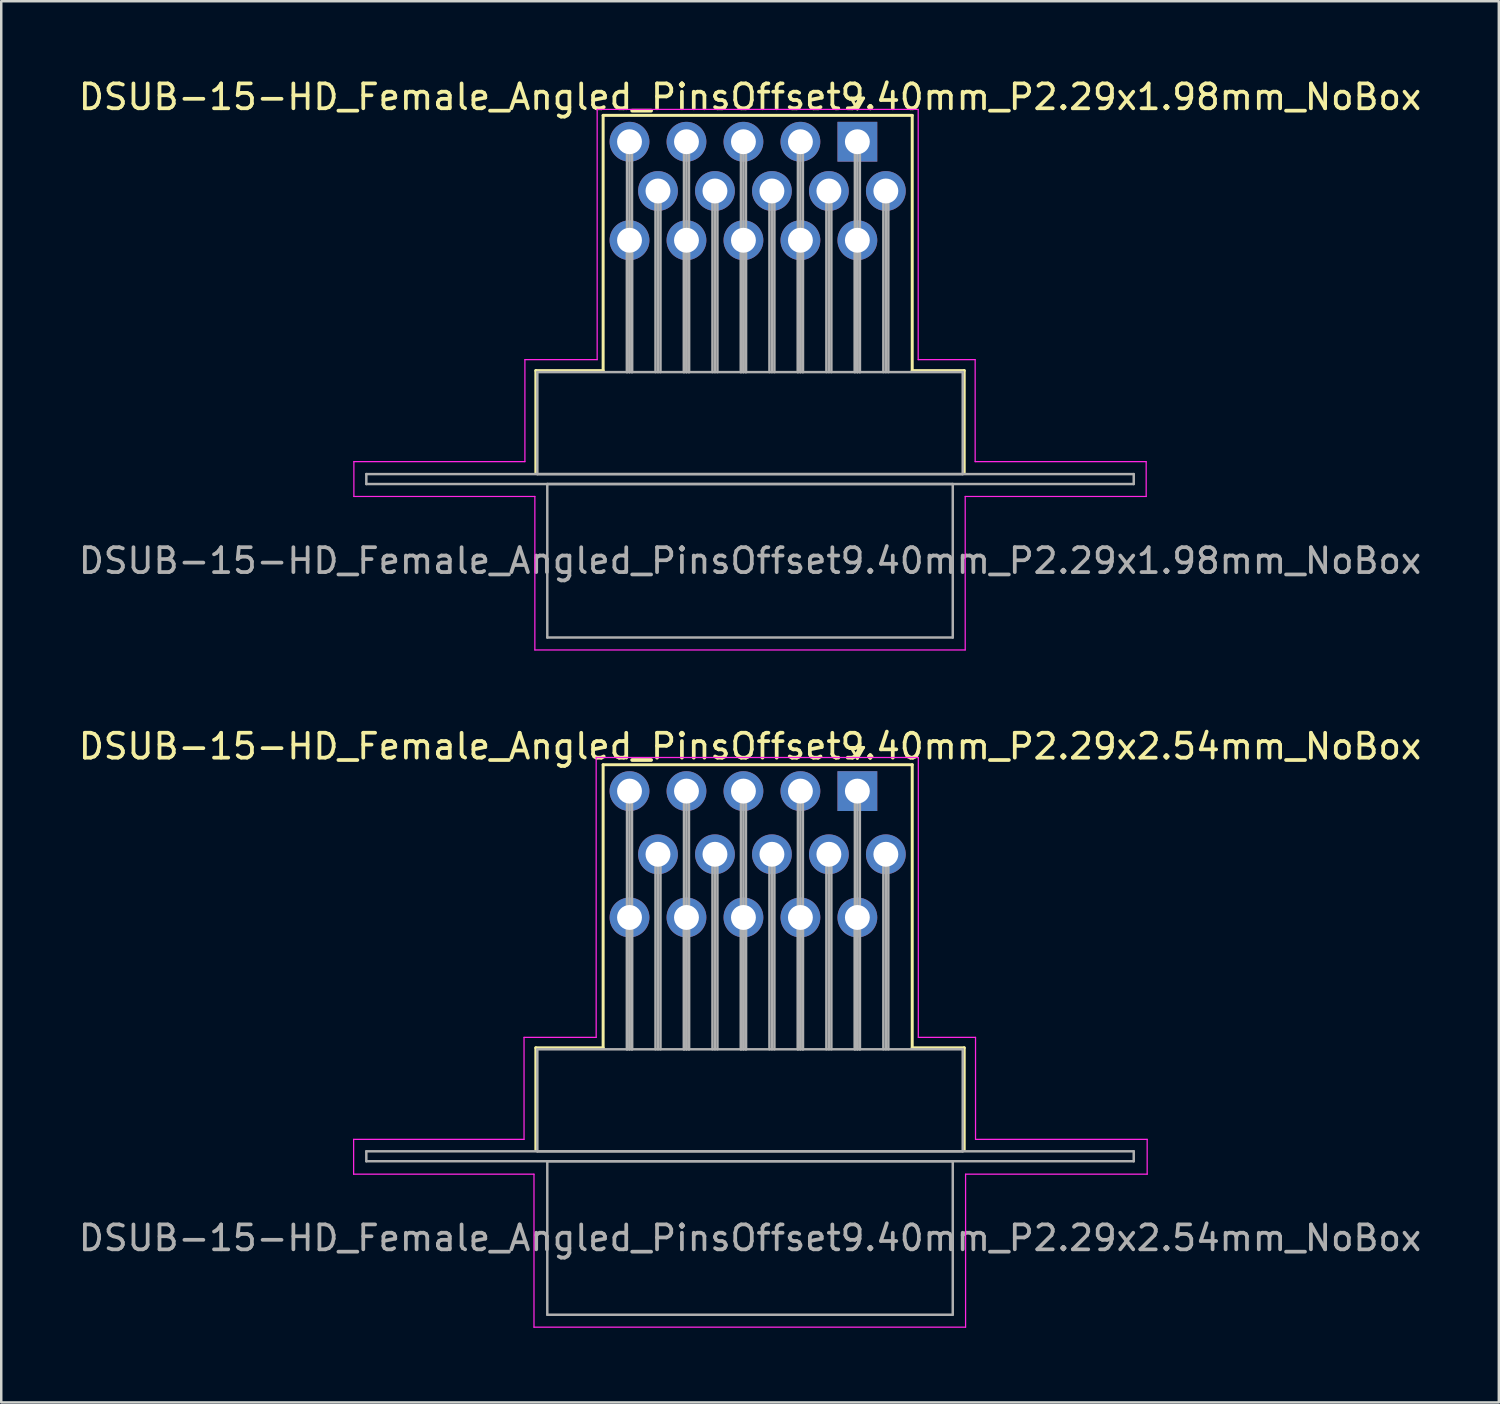
<source format=kicad_pcb>
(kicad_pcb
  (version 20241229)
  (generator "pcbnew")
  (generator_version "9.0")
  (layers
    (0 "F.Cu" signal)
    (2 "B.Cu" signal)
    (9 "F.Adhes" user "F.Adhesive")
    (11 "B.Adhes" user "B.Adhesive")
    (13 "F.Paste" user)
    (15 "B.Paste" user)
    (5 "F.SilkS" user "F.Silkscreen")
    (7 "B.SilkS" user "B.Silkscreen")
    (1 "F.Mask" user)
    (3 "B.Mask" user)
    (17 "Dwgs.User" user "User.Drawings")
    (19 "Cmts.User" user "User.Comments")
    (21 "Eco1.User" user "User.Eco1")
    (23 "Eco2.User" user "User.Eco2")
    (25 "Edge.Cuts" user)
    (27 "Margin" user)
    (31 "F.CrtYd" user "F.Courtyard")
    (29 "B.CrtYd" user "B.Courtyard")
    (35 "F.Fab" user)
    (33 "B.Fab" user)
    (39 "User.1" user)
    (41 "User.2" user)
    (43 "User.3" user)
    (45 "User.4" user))
  (footprint "DSUB-15-HD_Female_Angled_PinsOffset9.40mm_P2.29x1.98mm_NoBox"
    (layer "F.Cu")
    (at 31.416 2.648)
    (property "Reference" "DSUB-15-HD_Female_Angled_PinsOffset9.40mm_P2.29x1.98mm_NoBox" (at -4.315 -1.8 0) (layer "F.SilkS") (effects (font (size 1 1) (thickness 0.15))))
    (attr through_hole)
    (fp_line (start -12.925 9.2) (end -10.22 9.2) (stroke (width 0.12) (type solid)) (layer "F.SilkS"))
    (fp_line (start -12.925 13.3) (end -12.925 9.2) (stroke (width 0.12) (type solid)) (layer "F.SilkS"))
    (fp_line (start -10.22 -1.06) (end 2.205 -1.06) (stroke (width 0.12) (type solid)) (layer "F.SilkS"))
    (fp_line (start -10.22 9.2) (end -10.22 -1.06) (stroke (width 0.12) (type solid)) (layer "F.SilkS"))
    (fp_line (start -0.25 -1.754) (end 0.25 -1.754) (stroke (width 0.12) (type solid)) (layer "F.SilkS"))
    (fp_line (start 0 -1.321) (end -0.25 -1.754) (stroke (width 0.12) (type solid)) (layer "F.SilkS"))
    (fp_line (start 0.25 -1.754) (end 0 -1.321) (stroke (width 0.12) (type solid)) (layer "F.SilkS"))
    (fp_line (start 2.205 -1.06) (end 2.205 9.2) (stroke (width 0.12) (type solid)) (layer "F.SilkS"))
    (fp_line (start 2.205 9.2) (end 4.295 9.2) (stroke (width 0.12) (type solid)) (layer "F.SilkS"))
    (fp_line (start 4.295 9.2) (end 4.295 13.3) (stroke (width 0.12) (type solid)) (layer "F.SilkS"))
    (fp_line (start -20.24 12.86) (end -13.365 12.86) (stroke (width 0.05) (type solid)) (layer "F.CrtYd"))
    (fp_line (start -20.24 14.26) (end -20.24 12.86) (stroke (width 0.05) (type solid)) (layer "F.CrtYd"))
    (fp_line (start -13.365 8.76) (end -10.46 8.76) (stroke (width 0.05) (type solid)) (layer "F.CrtYd"))
    (fp_line (start -13.365 12.86) (end -13.365 8.76) (stroke (width 0.05) (type solid)) (layer "F.CrtYd"))
    (fp_line (start -12.965 14.26) (end -20.24 14.26) (stroke (width 0.05) (type solid)) (layer "F.CrtYd"))
    (fp_line (start -12.965 20.43) (end -12.965 14.26) (stroke (width 0.05) (type solid)) (layer "F.CrtYd"))
    (fp_line (start -10.46 -1.3) (end 2.445 -1.3) (stroke (width 0.05) (type solid)) (layer "F.CrtYd"))
    (fp_line (start -10.46 8.76) (end -10.46 -1.3) (stroke (width 0.05) (type solid)) (layer "F.CrtYd"))
    (fp_line (start 2.445 -1.3) (end 2.445 8.76) (stroke (width 0.05) (type solid)) (layer "F.CrtYd"))
    (fp_line (start 2.445 8.76) (end 4.735 8.76) (stroke (width 0.05) (type solid)) (layer "F.CrtYd"))
    (fp_line (start 4.335 14.26) (end 4.335 20.43) (stroke (width 0.05) (type solid)) (layer "F.CrtYd"))
    (fp_line (start 4.335 20.43) (end -12.965 20.43) (stroke (width 0.05) (type solid)) (layer "F.CrtYd"))
    (fp_line (start 4.735 8.76) (end 4.735 12.86) (stroke (width 0.05) (type solid)) (layer "F.CrtYd"))
    (fp_line (start 4.735 12.86) (end 11.61 12.86) (stroke (width 0.05) (type solid)) (layer "F.CrtYd"))
    (fp_line (start 11.61 12.86) (end 11.61 14.26) (stroke (width 0.05) (type solid)) (layer "F.CrtYd"))
    (fp_line (start 11.61 14.26) (end 4.335 14.26) (stroke (width 0.05) (type solid)) (layer "F.CrtYd"))
    (fp_line (start -19.74 13.36) (end -19.74 13.76) (stroke (width 0.1) (type solid)) (layer "F.Fab"))
    (fp_line (start -19.74 13.76) (end 11.11 13.76) (stroke (width 0.1) (type solid)) (layer "F.Fab"))
    (fp_line (start -12.865 9.26) (end -12.865 13.36) (stroke (width 0.1) (type solid)) (layer "F.Fab"))
    (fp_line (start -12.865 13.36) (end 4.235 13.36) (stroke (width 0.1) (type solid)) (layer "F.Fab"))
    (fp_line (start -12.465 13.76) (end -12.465 19.93) (stroke (width 0.1) (type solid)) (layer "F.Fab"))
    (fp_line (start -12.465 19.93) (end 3.835 19.93) (stroke (width 0.1) (type solid)) (layer "F.Fab"))
    (fp_line (start -9.26 0) (end -9.26 9.26) (stroke (width 0.1) (type solid)) (layer "F.Fab"))
    (fp_line (start -9.26 3.96) (end -9.26 9.26) (stroke (width 0.1) (type solid)) (layer "F.Fab"))
    (fp_line (start -9.16 0) (end -9.16 9.26) (stroke (width 0.1) (type solid)) (layer "F.Fab"))
    (fp_line (start -9.16 3.96) (end -9.16 9.26) (stroke (width 0.1) (type solid)) (layer "F.Fab"))
    (fp_line (start -9.06 0) (end -9.06 9.26) (stroke (width 0.1) (type solid)) (layer "F.Fab"))
    (fp_line (start -9.06 3.96) (end -9.06 9.26) (stroke (width 0.1) (type solid)) (layer "F.Fab"))
    (fp_line (start -8.115 1.98) (end -8.115 9.26) (stroke (width 0.1) (type solid)) (layer "F.Fab"))
    (fp_line (start -8.015 1.98) (end -8.015 9.26) (stroke (width 0.1) (type solid)) (layer "F.Fab"))
    (fp_line (start -7.915 1.98) (end -7.915 9.26) (stroke (width 0.1) (type solid)) (layer "F.Fab"))
    (fp_line (start -6.97 0) (end -6.97 9.26) (stroke (width 0.1) (type solid)) (layer "F.Fab"))
    (fp_line (start -6.97 3.96) (end -6.97 9.26) (stroke (width 0.1) (type solid)) (layer "F.Fab"))
    (fp_line (start -6.87 0) (end -6.87 9.26) (stroke (width 0.1) (type solid)) (layer "F.Fab"))
    (fp_line (start -6.87 3.96) (end -6.87 9.26) (stroke (width 0.1) (type solid)) (layer "F.Fab"))
    (fp_line (start -6.77 0) (end -6.77 9.26) (stroke (width 0.1) (type solid)) (layer "F.Fab"))
    (fp_line (start -6.77 3.96) (end -6.77 9.26) (stroke (width 0.1) (type solid)) (layer "F.Fab"))
    (fp_line (start -5.825 1.98) (end -5.825 9.26) (stroke (width 0.1) (type solid)) (layer "F.Fab"))
    (fp_line (start -5.725 1.98) (end -5.725 9.26) (stroke (width 0.1) (type solid)) (layer "F.Fab"))
    (fp_line (start -5.625 1.98) (end -5.625 9.26) (stroke (width 0.1) (type solid)) (layer "F.Fab"))
    (fp_line (start -4.68 0) (end -4.68 9.26) (stroke (width 0.1) (type solid)) (layer "F.Fab"))
    (fp_line (start -4.68 3.96) (end -4.68 9.26) (stroke (width 0.1) (type solid)) (layer "F.Fab"))
    (fp_line (start -4.58 0) (end -4.58 9.26) (stroke (width 0.1) (type solid)) (layer "F.Fab"))
    (fp_line (start -4.58 3.96) (end -4.58 9.26) (stroke (width 0.1) (type solid)) (layer "F.Fab"))
    (fp_line (start -4.48 0) (end -4.48 9.26) (stroke (width 0.1) (type solid)) (layer "F.Fab"))
    (fp_line (start -4.48 3.96) (end -4.48 9.26) (stroke (width 0.1) (type solid)) (layer "F.Fab"))
    (fp_line (start -3.535 1.98) (end -3.535 9.26) (stroke (width 0.1) (type solid)) (layer "F.Fab"))
    (fp_line (start -3.435 1.98) (end -3.435 9.26) (stroke (width 0.1) (type solid)) (layer "F.Fab"))
    (fp_line (start -3.335 1.98) (end -3.335 9.26) (stroke (width 0.1) (type solid)) (layer "F.Fab"))
    (fp_line (start -2.39 0) (end -2.39 9.26) (stroke (width 0.1) (type solid)) (layer "F.Fab"))
    (fp_line (start -2.39 3.96) (end -2.39 9.26) (stroke (width 0.1) (type solid)) (layer "F.Fab"))
    (fp_line (start -2.29 0) (end -2.29 9.26) (stroke (width 0.1) (type solid)) (layer "F.Fab"))
    (fp_line (start -2.29 3.96) (end -2.29 9.26) (stroke (width 0.1) (type solid)) (layer "F.Fab"))
    (fp_line (start -2.19 0) (end -2.19 9.26) (stroke (width 0.1) (type solid)) (layer "F.Fab"))
    (fp_line (start -2.19 3.96) (end -2.19 9.26) (stroke (width 0.1) (type solid)) (layer "F.Fab"))
    (fp_line (start -1.245 1.98) (end -1.245 9.26) (stroke (width 0.1) (type solid)) (layer "F.Fab"))
    (fp_line (start -1.145 1.98) (end -1.145 9.26) (stroke (width 0.1) (type solid)) (layer "F.Fab"))
    (fp_line (start -1.045 1.98) (end -1.045 9.26) (stroke (width 0.1) (type solid)) (layer "F.Fab"))
    (fp_line (start -0.1 0) (end -0.1 9.26) (stroke (width 0.1) (type solid)) (layer "F.Fab"))
    (fp_line (start -0.1 3.96) (end -0.1 9.26) (stroke (width 0.1) (type solid)) (layer "F.Fab"))
    (fp_line (start 0 0) (end 0 9.26) (stroke (width 0.1) (type solid)) (layer "F.Fab"))
    (fp_line (start 0 3.96) (end 0 9.26) (stroke (width 0.1) (type solid)) (layer "F.Fab"))
    (fp_line (start 0.1 0) (end 0.1 9.26) (stroke (width 0.1) (type solid)) (layer "F.Fab"))
    (fp_line (start 0.1 3.96) (end 0.1 9.26) (stroke (width 0.1) (type solid)) (layer "F.Fab"))
    (fp_line (start 1.045 1.98) (end 1.045 9.26) (stroke (width 0.1) (type solid)) (layer "F.Fab"))
    (fp_line (start 1.145 1.98) (end 1.145 9.26) (stroke (width 0.1) (type solid)) (layer "F.Fab"))
    (fp_line (start 1.245 1.98) (end 1.245 9.26) (stroke (width 0.1) (type solid)) (layer "F.Fab"))
    (fp_line (start 3.835 13.76) (end -12.465 13.76) (stroke (width 0.1) (type solid)) (layer "F.Fab"))
    (fp_line (start 3.835 19.93) (end 3.835 13.76) (stroke (width 0.1) (type solid)) (layer "F.Fab"))
    (fp_line (start 4.235 9.26) (end -12.865 9.26) (stroke (width 0.1) (type solid)) (layer "F.Fab"))
    (fp_line (start 4.235 13.36) (end 4.235 9.26) (stroke (width 0.1) (type solid)) (layer "F.Fab"))
    (fp_line (start 11.11 13.36) (end -19.74 13.36) (stroke (width 0.1) (type solid)) (layer "F.Fab"))
    (fp_line (start 11.11 13.76) (end 11.11 13.36) (stroke (width 0.1) (type solid)) (layer "F.Fab"))
    (fp_text user "${REFERENCE}" (at -4.315 16.845 0) (layer "F.Fab") (effects (font (size 1 1) (thickness 0.15))))
    (pad "1" thru_hole rect (at 0 0) (size 1.6 1.6) (drill 1) (layers "*.Cu" "*.Mask"))
    (pad "2" thru_hole circle (at -2.29 0) (size 1.6 1.6) (drill 1) (layers "*.Cu" "*.Mask"))
    (pad "3" thru_hole circle (at -4.58 0) (size 1.6 1.6) (drill 1) (layers "*.Cu" "*.Mask"))
    (pad "4" thru_hole circle (at -6.87 0) (size 1.6 1.6) (drill 1) (layers "*.Cu" "*.Mask"))
    (pad "5" thru_hole circle (at -9.16 0) (size 1.6 1.6) (drill 1) (layers "*.Cu" "*.Mask"))
    (pad "6" thru_hole circle (at 1.145 1.98) (size 1.6 1.6) (drill 1) (layers "*.Cu" "*.Mask"))
    (pad "7" thru_hole circle (at -1.145 1.98) (size 1.6 1.6) (drill 1) (layers "*.Cu" "*.Mask"))
    (pad "8" thru_hole circle (at -3.435 1.98) (size 1.6 1.6) (drill 1) (layers "*.Cu" "*.Mask"))
    (pad "9" thru_hole circle (at -5.725 1.98) (size 1.6 1.6) (drill 1) (layers "*.Cu" "*.Mask"))
    (pad "10" thru_hole circle (at -8.015 1.98) (size 1.6 1.6) (drill 1) (layers "*.Cu" "*.Mask"))
    (pad "11" thru_hole circle (at 0 3.96) (size 1.6 1.6) (drill 1) (layers "*.Cu" "*.Mask"))
    (pad "12" thru_hole circle (at -2.29 3.96) (size 1.6 1.6) (drill 1) (layers "*.Cu" "*.Mask"))
    (pad "13" thru_hole circle (at -4.58 3.96) (size 1.6 1.6) (drill 1) (layers "*.Cu" "*.Mask"))
    (pad "14" thru_hole circle (at -6.87 3.96) (size 1.6 1.6) (drill 1) (layers "*.Cu" "*.Mask"))
    (pad "15" thru_hole circle (at -9.16 3.96) (size 1.6 1.6) (drill 1) (layers "*.Cu" "*.Mask")))
  (footprint "DSUB-15-HD_Female_Angled_PinsOffset9.40mm_P2.29x2.54mm_NoBox"
    (layer "F.Cu")
    (at 31.416 28.752)
    (property "Reference" "DSUB-15-HD_Female_Angled_PinsOffset9.40mm_P2.29x2.54mm_NoBox" (at -4.315 -1.8 0) (layer "F.SilkS") (effects (font (size 1 1) (thickness 0.15))))
    (attr through_hole)
    (fp_line (start -12.925 10.32) (end -10.22 10.32) (stroke (width 0.12) (type solid)) (layer "F.SilkS"))
    (fp_line (start -12.925 14.42) (end -12.925 10.32) (stroke (width 0.12) (type solid)) (layer "F.SilkS"))
    (fp_line (start -10.22 -1.06) (end 2.205 -1.06) (stroke (width 0.12) (type solid)) (layer "F.SilkS"))
    (fp_line (start -10.22 10.32) (end -10.22 -1.06) (stroke (width 0.12) (type solid)) (layer "F.SilkS"))
    (fp_line (start -0.25 -1.754) (end 0.25 -1.754) (stroke (width 0.12) (type solid)) (layer "F.SilkS"))
    (fp_line (start 0 -1.321) (end -0.25 -1.754) (stroke (width 0.12) (type solid)) (layer "F.SilkS"))
    (fp_line (start 0.25 -1.754) (end 0 -1.321) (stroke (width 0.12) (type solid)) (layer "F.SilkS"))
    (fp_line (start 2.205 -1.06) (end 2.205 10.32) (stroke (width 0.12) (type solid)) (layer "F.SilkS"))
    (fp_line (start 2.205 10.32) (end 4.295 10.32) (stroke (width 0.12) (type solid)) (layer "F.SilkS"))
    (fp_line (start 4.295 10.32) (end 4.295 14.42) (stroke (width 0.12) (type solid)) (layer "F.SilkS"))
    (fp_line (start -20.25 14) (end -13.4 14) (stroke (width 0.05) (type solid)) (layer "F.CrtYd"))
    (fp_line (start -20.25 15.4) (end -20.25 14) (stroke (width 0.05) (type solid)) (layer "F.CrtYd"))
    (fp_line (start -13.4 9.9) (end -10.5 9.9) (stroke (width 0.05) (type solid)) (layer "F.CrtYd"))
    (fp_line (start -13.4 14) (end -13.4 9.9) (stroke (width 0.05) (type solid)) (layer "F.CrtYd"))
    (fp_line (start -13 15.4) (end -20.25 15.4) (stroke (width 0.05) (type solid)) (layer "F.CrtYd"))
    (fp_line (start -13 21.55) (end -13 15.4) (stroke (width 0.05) (type solid)) (layer "F.CrtYd"))
    (fp_line (start -10.5 -1.35) (end 2.45 -1.35) (stroke (width 0.05) (type solid)) (layer "F.CrtYd"))
    (fp_line (start -10.5 9.9) (end -10.5 -1.35) (stroke (width 0.05) (type solid)) (layer "F.CrtYd"))
    (fp_line (start 2.45 -1.35) (end 2.45 9.9) (stroke (width 0.05) (type solid)) (layer "F.CrtYd"))
    (fp_line (start 2.45 9.9) (end 4.75 9.9) (stroke (width 0.05) (type solid)) (layer "F.CrtYd"))
    (fp_line (start 4.35 15.4) (end 4.35 21.55) (stroke (width 0.05) (type solid)) (layer "F.CrtYd"))
    (fp_line (start 4.35 21.55) (end -13 21.55) (stroke (width 0.05) (type solid)) (layer "F.CrtYd"))
    (fp_line (start 4.75 9.9) (end 4.75 14) (stroke (width 0.05) (type solid)) (layer "F.CrtYd"))
    (fp_line (start 4.75 14) (end 11.65 14) (stroke (width 0.05) (type solid)) (layer "F.CrtYd"))
    (fp_line (start 11.65 14) (end 11.65 15.4) (stroke (width 0.05) (type solid)) (layer "F.CrtYd"))
    (fp_line (start 11.65 15.4) (end 4.35 15.4) (stroke (width 0.05) (type solid)) (layer "F.CrtYd"))
    (fp_line (start -19.74 14.48) (end -19.74 14.88) (stroke (width 0.1) (type solid)) (layer "F.Fab"))
    (fp_line (start -19.74 14.88) (end 11.11 14.88) (stroke (width 0.1) (type solid)) (layer "F.Fab"))
    (fp_line (start -12.865 10.38) (end -12.865 14.48) (stroke (width 0.1) (type solid)) (layer "F.Fab"))
    (fp_line (start -12.865 14.48) (end 4.235 14.48) (stroke (width 0.1) (type solid)) (layer "F.Fab"))
    (fp_line (start -12.465 14.88) (end -12.465 21.05) (stroke (width 0.1) (type solid)) (layer "F.Fab"))
    (fp_line (start -12.465 21.05) (end 3.835 21.05) (stroke (width 0.1) (type solid)) (layer "F.Fab"))
    (fp_line (start -9.26 0) (end -9.26 10.38) (stroke (width 0.1) (type solid)) (layer "F.Fab"))
    (fp_line (start -9.26 5.08) (end -9.26 10.38) (stroke (width 0.1) (type solid)) (layer "F.Fab"))
    (fp_line (start -9.16 0) (end -9.16 10.38) (stroke (width 0.1) (type solid)) (layer "F.Fab"))
    (fp_line (start -9.16 5.08) (end -9.16 10.38) (stroke (width 0.1) (type solid)) (layer "F.Fab"))
    (fp_line (start -9.06 0) (end -9.06 10.38) (stroke (width 0.1) (type solid)) (layer "F.Fab"))
    (fp_line (start -9.06 5.08) (end -9.06 10.38) (stroke (width 0.1) (type solid)) (layer "F.Fab"))
    (fp_line (start -8.115 2.54) (end -8.115 10.38) (stroke (width 0.1) (type solid)) (layer "F.Fab"))
    (fp_line (start -8.015 2.54) (end -8.015 10.38) (stroke (width 0.1) (type solid)) (layer "F.Fab"))
    (fp_line (start -7.915 2.54) (end -7.915 10.38) (stroke (width 0.1) (type solid)) (layer "F.Fab"))
    (fp_line (start -6.97 0) (end -6.97 10.38) (stroke (width 0.1) (type solid)) (layer "F.Fab"))
    (fp_line (start -6.97 5.08) (end -6.97 10.38) (stroke (width 0.1) (type solid)) (layer "F.Fab"))
    (fp_line (start -6.87 0) (end -6.87 10.38) (stroke (width 0.1) (type solid)) (layer "F.Fab"))
    (fp_line (start -6.87 5.08) (end -6.87 10.38) (stroke (width 0.1) (type solid)) (layer "F.Fab"))
    (fp_line (start -6.77 0) (end -6.77 10.38) (stroke (width 0.1) (type solid)) (layer "F.Fab"))
    (fp_line (start -6.77 5.08) (end -6.77 10.38) (stroke (width 0.1) (type solid)) (layer "F.Fab"))
    (fp_line (start -5.825 2.54) (end -5.825 10.38) (stroke (width 0.1) (type solid)) (layer "F.Fab"))
    (fp_line (start -5.725 2.54) (end -5.725 10.38) (stroke (width 0.1) (type solid)) (layer "F.Fab"))
    (fp_line (start -5.625 2.54) (end -5.625 10.38) (stroke (width 0.1) (type solid)) (layer "F.Fab"))
    (fp_line (start -4.68 0) (end -4.68 10.38) (stroke (width 0.1) (type solid)) (layer "F.Fab"))
    (fp_line (start -4.68 5.08) (end -4.68 10.38) (stroke (width 0.1) (type solid)) (layer "F.Fab"))
    (fp_line (start -4.58 0) (end -4.58 10.38) (stroke (width 0.1) (type solid)) (layer "F.Fab"))
    (fp_line (start -4.58 5.08) (end -4.58 10.38) (stroke (width 0.1) (type solid)) (layer "F.Fab"))
    (fp_line (start -4.48 0) (end -4.48 10.38) (stroke (width 0.1) (type solid)) (layer "F.Fab"))
    (fp_line (start -4.48 5.08) (end -4.48 10.38) (stroke (width 0.1) (type solid)) (layer "F.Fab"))
    (fp_line (start -3.535 2.54) (end -3.535 10.38) (stroke (width 0.1) (type solid)) (layer "F.Fab"))
    (fp_line (start -3.435 2.54) (end -3.435 10.38) (stroke (width 0.1) (type solid)) (layer "F.Fab"))
    (fp_line (start -3.335 2.54) (end -3.335 10.38) (stroke (width 0.1) (type solid)) (layer "F.Fab"))
    (fp_line (start -2.39 0) (end -2.39 10.38) (stroke (width 0.1) (type solid)) (layer "F.Fab"))
    (fp_line (start -2.39 5.08) (end -2.39 10.38) (stroke (width 0.1) (type solid)) (layer "F.Fab"))
    (fp_line (start -2.29 0) (end -2.29 10.38) (stroke (width 0.1) (type solid)) (layer "F.Fab"))
    (fp_line (start -2.29 5.08) (end -2.29 10.38) (stroke (width 0.1) (type solid)) (layer "F.Fab"))
    (fp_line (start -2.19 0) (end -2.19 10.38) (stroke (width 0.1) (type solid)) (layer "F.Fab"))
    (fp_line (start -2.19 5.08) (end -2.19 10.38) (stroke (width 0.1) (type solid)) (layer "F.Fab"))
    (fp_line (start -1.245 2.54) (end -1.245 10.38) (stroke (width 0.1) (type solid)) (layer "F.Fab"))
    (fp_line (start -1.145 2.54) (end -1.145 10.38) (stroke (width 0.1) (type solid)) (layer "F.Fab"))
    (fp_line (start -1.045 2.54) (end -1.045 10.38) (stroke (width 0.1) (type solid)) (layer "F.Fab"))
    (fp_line (start -0.1 0) (end -0.1 10.38) (stroke (width 0.1) (type solid)) (layer "F.Fab"))
    (fp_line (start -0.1 5.08) (end -0.1 10.38) (stroke (width 0.1) (type solid)) (layer "F.Fab"))
    (fp_line (start 0 0) (end 0 10.38) (stroke (width 0.1) (type solid)) (layer "F.Fab"))
    (fp_line (start 0 5.08) (end 0 10.38) (stroke (width 0.1) (type solid)) (layer "F.Fab"))
    (fp_line (start 0.1 0) (end 0.1 10.38) (stroke (width 0.1) (type solid)) (layer "F.Fab"))
    (fp_line (start 0.1 5.08) (end 0.1 10.38) (stroke (width 0.1) (type solid)) (layer "F.Fab"))
    (fp_line (start 1.045 2.54) (end 1.045 10.38) (stroke (width 0.1) (type solid)) (layer "F.Fab"))
    (fp_line (start 1.145 2.54) (end 1.145 10.38) (stroke (width 0.1) (type solid)) (layer "F.Fab"))
    (fp_line (start 1.245 2.54) (end 1.245 10.38) (stroke (width 0.1) (type solid)) (layer "F.Fab"))
    (fp_line (start 3.835 14.88) (end -12.465 14.88) (stroke (width 0.1) (type solid)) (layer "F.Fab"))
    (fp_line (start 3.835 21.05) (end 3.835 14.88) (stroke (width 0.1) (type solid)) (layer "F.Fab"))
    (fp_line (start 4.235 10.38) (end -12.865 10.38) (stroke (width 0.1) (type solid)) (layer "F.Fab"))
    (fp_line (start 4.235 14.48) (end 4.235 10.38) (stroke (width 0.1) (type solid)) (layer "F.Fab"))
    (fp_line (start 11.11 14.48) (end -19.74 14.48) (stroke (width 0.1) (type solid)) (layer "F.Fab"))
    (fp_line (start 11.11 14.88) (end 11.11 14.48) (stroke (width 0.1) (type solid)) (layer "F.Fab"))
    (fp_text user "${REFERENCE}" (at -4.315 17.965 0) (layer "F.Fab") (effects (font (size 1 1) (thickness 0.15))))
    (pad "1" thru_hole rect (at 0 0) (size 1.6 1.6) (drill 1) (layers "*.Cu" "*.Mask"))
    (pad "2" thru_hole circle (at -2.29 0) (size 1.6 1.6) (drill 1) (layers "*.Cu" "*.Mask"))
    (pad "3" thru_hole circle (at -4.58 0) (size 1.6 1.6) (drill 1) (layers "*.Cu" "*.Mask"))
    (pad "4" thru_hole circle (at -6.87 0) (size 1.6 1.6) (drill 1) (layers "*.Cu" "*.Mask"))
    (pad "5" thru_hole circle (at -9.16 0) (size 1.6 1.6) (drill 1) (layers "*.Cu" "*.Mask"))
    (pad "6" thru_hole circle (at 1.145 2.54) (size 1.6 1.6) (drill 1) (layers "*.Cu" "*.Mask"))
    (pad "7" thru_hole circle (at -1.145 2.54) (size 1.6 1.6) (drill 1) (layers "*.Cu" "*.Mask"))
    (pad "8" thru_hole circle (at -3.435 2.54) (size 1.6 1.6) (drill 1) (layers "*.Cu" "*.Mask"))
    (pad "9" thru_hole circle (at -5.725 2.54) (size 1.6 1.6) (drill 1) (layers "*.Cu" "*.Mask"))
    (pad "10" thru_hole circle (at -8.015 2.54) (size 1.6 1.6) (drill 1) (layers "*.Cu" "*.Mask"))
    (pad "11" thru_hole circle (at 0 5.08) (size 1.6 1.6) (drill 1) (layers "*.Cu" "*.Mask"))
    (pad "12" thru_hole circle (at -2.29 5.08) (size 1.6 1.6) (drill 1) (layers "*.Cu" "*.Mask"))
    (pad "13" thru_hole circle (at -4.58 5.08) (size 1.6 1.6) (drill 1) (layers "*.Cu" "*.Mask"))
    (pad "14" thru_hole circle (at -6.87 5.08) (size 1.6 1.6) (drill 1) (layers "*.Cu" "*.Mask"))
    (pad "15" thru_hole circle (at -9.16 5.08) (size 1.6 1.6) (drill 1) (layers "*.Cu" "*.Mask")))
  (gr_rect
    (start -3 -3)
    (end 57.202 53.327)
    (stroke (width 0.1) (type default))
    (fill no)
    (layer "Edge.Cuts")))
</source>
